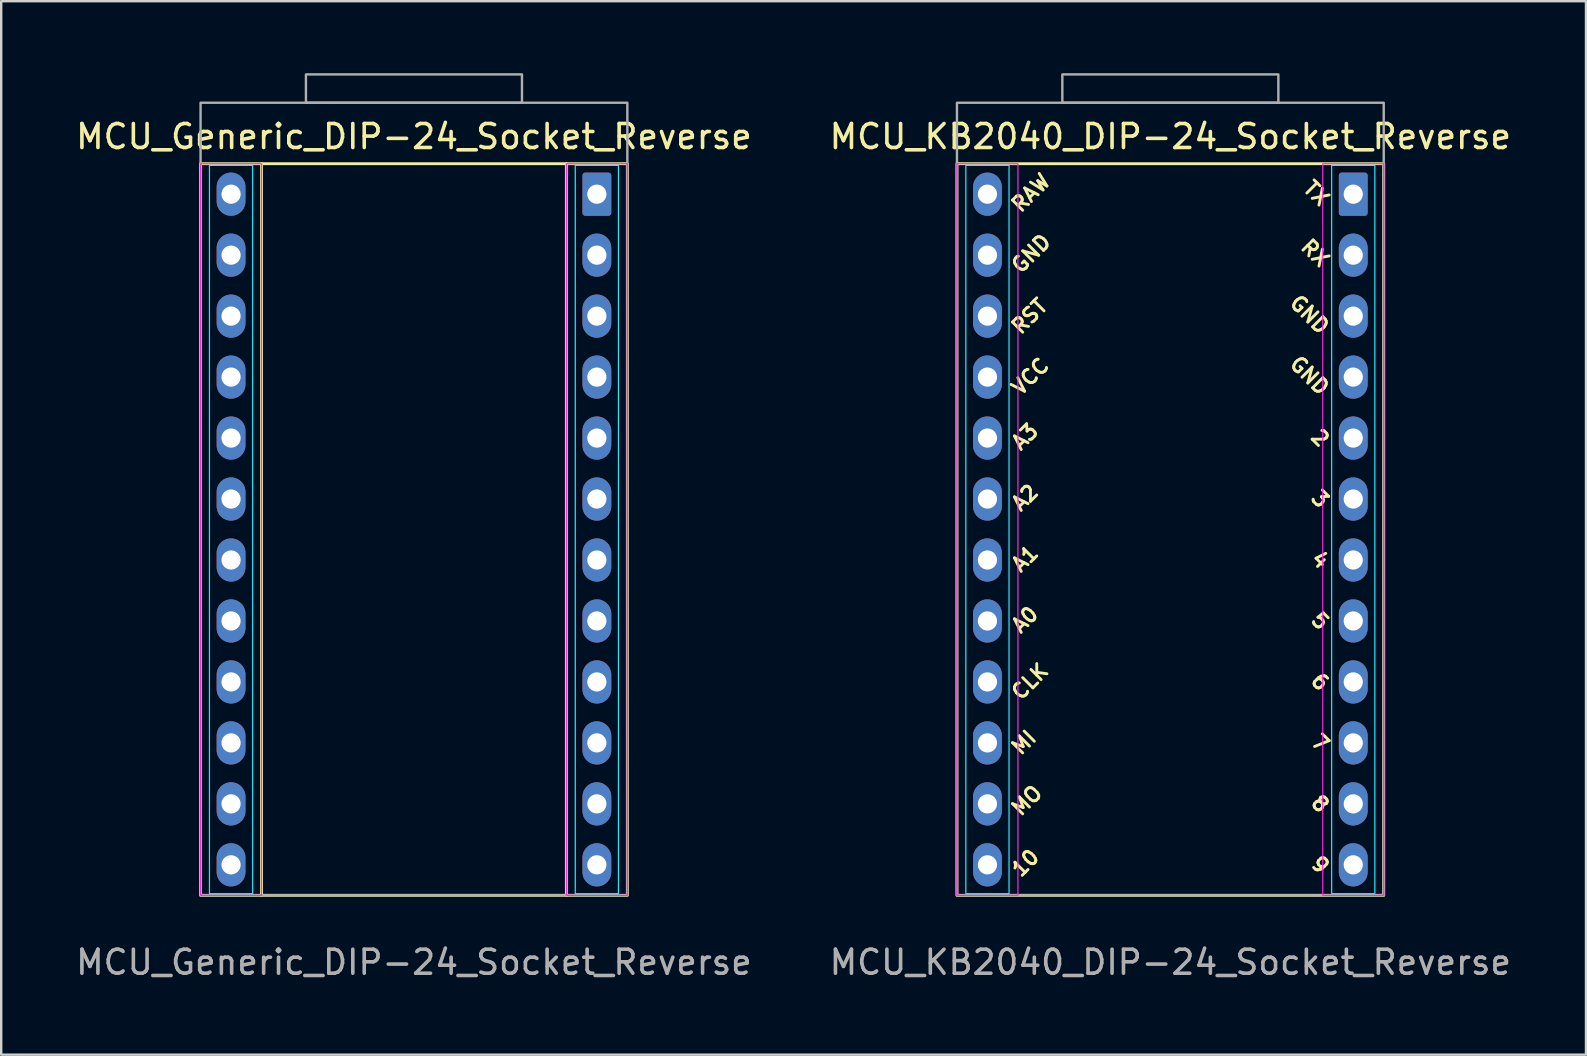
<source format=kicad_pcb>
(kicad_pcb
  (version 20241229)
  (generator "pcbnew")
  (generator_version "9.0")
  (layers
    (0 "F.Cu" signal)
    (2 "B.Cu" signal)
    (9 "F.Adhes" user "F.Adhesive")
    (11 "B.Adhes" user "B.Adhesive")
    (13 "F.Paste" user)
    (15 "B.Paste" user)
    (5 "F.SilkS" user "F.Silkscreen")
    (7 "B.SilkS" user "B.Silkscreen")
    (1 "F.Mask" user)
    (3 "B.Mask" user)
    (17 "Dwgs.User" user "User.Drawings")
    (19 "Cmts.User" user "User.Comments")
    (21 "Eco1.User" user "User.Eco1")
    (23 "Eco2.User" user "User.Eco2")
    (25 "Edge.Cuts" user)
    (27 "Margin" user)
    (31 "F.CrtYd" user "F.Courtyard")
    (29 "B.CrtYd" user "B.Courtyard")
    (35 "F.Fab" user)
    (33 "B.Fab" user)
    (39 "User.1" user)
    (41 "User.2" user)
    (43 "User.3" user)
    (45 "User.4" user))
  (footprint "MCU_KB2040_DIP-24_Socket_Reverse"
    (layer "F.Cu")
    (at 45.708 5.04)
    (property "Reference" "MCU_KB2040_DIP-24_Socket_Reverse" (at 0 -2.4 0) (layer "F.SilkS") (effects (font (size 1 1) (thickness 0.15))))
    (attr through_hole)
    (fp_rect (start -8.89 -1.27) (end 8.89 29.21) (stroke (width 0.12) (type default)) (fill no) (layer "F.SilkS"))
    (fp_rect (start -6.72 -1.2) (end -8.52 29.14) (stroke (width 0.05) (type default)) (fill no) (layer "B.CrtYd"))
    (fp_rect (start 6.72 -1.2) (end 8.52 29.14) (stroke (width 0.05) (type default)) (fill no) (layer "B.CrtYd"))
    (fp_rect (start -8.89 -1.27) (end -6.35 29.21) (stroke (width 0.05) (type default)) (fill no) (layer "F.CrtYd"))
    (fp_rect (start 6.35 -1.27) (end 8.89 29.21) (stroke (width 0.05) (type default)) (fill no) (layer "F.CrtYd"))
    (fp_rect (start -8.89 -3.81) (end 8.89 29.21) (stroke (width 0.1) (type default)) (fill no) (layer "F.Fab"))
    (fp_rect (start -4.5 -4.99) (end 4.5 -3.81) (stroke (width 0.1) (type default)) (fill no) (layer "F.Fab"))
    (fp_text user "RAW" (at -6.5 0.635 45) (unlocked yes) (layer "F.SilkS") (effects (font (size 0.6 0.6) (thickness 0.12)) (justify left)))
    (fp_text user "5" (at 6.5 18.034 315) (unlocked yes) (layer "F.SilkS") (effects (font (size 0.6 0.6) (thickness 0.12)) (justify right)))
    (fp_text user "4" (at 6.5 15.494 315) (unlocked yes) (layer "F.SilkS") (effects (font (size 0.6 0.6) (thickness 0.12)) (justify right)))
    (fp_text user "3" (at 6.5 12.954 315) (unlocked yes) (layer "F.SilkS") (effects (font (size 0.6 0.6) (thickness 0.12)) (justify right)))
    (fp_text user "9" (at 6.5 28.194 315) (unlocked yes) (layer "F.SilkS") (effects (font (size 0.6 0.6) (thickness 0.12)) (justify right)))
    (fp_text user "RST" (at -6.5 5.715 45) (unlocked yes) (layer "F.SilkS") (effects (font (size 0.6 0.6) (thickness 0.12)) (justify left)))
    (fp_text user "7" (at 6.5 23.114 315) (unlocked yes) (layer "F.SilkS") (effects (font (size 0.6 0.6) (thickness 0.12)) (justify right)))
    (fp_text user "TX" (at 6.5 0.381 315) (unlocked yes) (layer "F.SilkS") (effects (font (size 0.6 0.6) (thickness 0.12)) (justify right)))
    (fp_text user "A3" (at -6.5 10.541 45) (unlocked yes) (layer "F.SilkS") (effects (font (size 0.6 0.6) (thickness 0.12)) (justify left)))
    (fp_text user "8" (at 6.5 25.654 315) (unlocked yes) (layer "F.SilkS") (effects (font (size 0.6 0.6) (thickness 0.12)) (justify right)))
    (fp_text user "A2" (at -6.5 13.081 45) (unlocked yes) (layer "F.SilkS") (effects (font (size 0.6 0.6) (thickness 0.12)) (justify left)))
    (fp_text user "A1" (at -6.5 15.621 45) (unlocked yes) (layer "F.SilkS") (effects (font (size 0.6 0.6) (thickness 0.12)) (justify left)))
    (fp_text user "A0" (at -6.5 18.161 45) (unlocked yes) (layer "F.SilkS") (effects (font (size 0.6 0.6) (thickness 0.12)) (justify left)))
    (fp_text user "6" (at 6.5 20.574 315) (unlocked yes) (layer "F.SilkS") (effects (font (size 0.6 0.6) (thickness 0.12)) (justify right)))
    (fp_text user "GND" (at 6.5 8.255 315) (unlocked yes) (layer "F.SilkS") (effects (font (size 0.6 0.6) (thickness 0.12)) (justify right)))
    (fp_text user "2" (at 6.5 10.414 315) (unlocked yes) (layer "F.SilkS") (effects (font (size 0.6 0.6) (thickness 0.12)) (justify right)))
    (fp_text user "GND" (at -6.5 3.175 45) (unlocked yes) (layer "F.SilkS") (effects (font (size 0.6 0.6) (thickness 0.12)) (justify left)))
    (fp_text user "RX" (at 6.5 2.921 315) (unlocked yes) (layer "F.SilkS") (effects (font (size 0.6 0.6) (thickness 0.12)) (justify right)))
    (fp_text user "VCC" (at -6.5 8.255 45) (unlocked yes) (layer "F.SilkS") (effects (font (size 0.6 0.6) (thickness 0.12)) (justify left)))
    (fp_text user "MO" (at -6.5 25.781 45) (unlocked yes) (layer "F.SilkS") (effects (font (size 0.6 0.6) (thickness 0.12)) (justify left)))
    (fp_text user "10" (at -6.5 28.321 45) (unlocked yes) (layer "F.SilkS") (effects (font (size 0.6 0.6) (thickness 0.12)) (justify left)))
    (fp_text user "CLK" (at -6.5 20.955 45) (unlocked yes) (layer "F.SilkS") (effects (font (size 0.6 0.6) (thickness 0.12)) (justify left)))
    (fp_text user "MI" (at -6.5 23.241 45) (unlocked yes) (layer "F.SilkS") (effects (font (size 0.6 0.6) (thickness 0.12)) (justify left)))
    (fp_text user "GND" (at 6.5 5.715 315) (unlocked yes) (layer "F.SilkS") (effects (font (size 0.6 0.6) (thickness 0.12)) (justify right)))
    (fp_text user "${REFERENCE}" (at 0 32 0) (unlocked yes) (layer "F.Fab") (effects (font (size 1 1) (thickness 0.15))))
    (pad "1" thru_hole roundrect (at 7.62 0) (size 1.2 1.8) (drill 0.8) (layers "*.Cu" "*.Mask") (roundrect_rratio 0.1))
    (pad "2" thru_hole oval (at 7.62 2.54) (size 1.2 1.8) (drill 0.8) (layers "*.Cu" "*.Mask"))
    (pad "3" thru_hole oval (at 7.62 5.08) (size 1.2 1.8) (drill 0.8) (layers "*.Cu" "*.Mask"))
    (pad "4" thru_hole oval (at 7.62 7.62) (size 1.2 1.8) (drill 0.8) (layers "*.Cu" "*.Mask"))
    (pad "5" thru_hole oval (at 7.62 10.16) (size 1.2 1.8) (drill 0.8) (layers "*.Cu" "*.Mask"))
    (pad "6" thru_hole oval (at 7.62 12.7) (size 1.2 1.8) (drill 0.8) (layers "*.Cu" "*.Mask"))
    (pad "7" thru_hole oval (at 7.62 15.24) (size 1.2 1.8) (drill 0.8) (layers "*.Cu" "*.Mask"))
    (pad "8" thru_hole oval (at 7.62 17.78) (size 1.2 1.8) (drill 0.8) (layers "*.Cu" "*.Mask"))
    (pad "9" thru_hole oval (at 7.62 20.32) (size 1.2 1.8) (drill 0.8) (layers "*.Cu" "*.Mask"))
    (pad "10" thru_hole oval (at 7.62 22.86) (size 1.2 1.8) (drill 0.8) (layers "*.Cu" "*.Mask"))
    (pad "11" thru_hole oval (at 7.62 25.4) (size 1.2 1.8) (drill 0.8) (layers "*.Cu" "*.Mask"))
    (pad "12" thru_hole oval (at 7.62 27.94) (size 1.2 1.8) (drill 0.8) (layers "*.Cu" "*.Mask"))
    (pad "13" thru_hole oval (at -7.62 27.94) (size 1.2 1.8) (drill 0.8) (layers "*.Cu" "*.Mask"))
    (pad "14" thru_hole oval (at -7.62 25.4) (size 1.2 1.8) (drill 0.8) (layers "*.Cu" "*.Mask"))
    (pad "15" thru_hole oval (at -7.62 22.86) (size 1.2 1.8) (drill 0.8) (layers "*.Cu" "*.Mask"))
    (pad "16" thru_hole oval (at -7.62 20.32) (size 1.2 1.8) (drill 0.8) (layers "*.Cu" "*.Mask"))
    (pad "17" thru_hole oval (at -7.62 17.78) (size 1.2 1.8) (drill 0.8) (layers "*.Cu" "*.Mask"))
    (pad "18" thru_hole oval (at -7.62 15.24) (size 1.2 1.8) (drill 0.8) (layers "*.Cu" "*.Mask"))
    (pad "19" thru_hole oval (at -7.62 12.7) (size 1.2 1.8) (drill 0.8) (layers "*.Cu" "*.Mask"))
    (pad "20" thru_hole oval (at -7.62 10.16) (size 1.2 1.8) (drill 0.8) (layers "*.Cu" "*.Mask"))
    (pad "21" thru_hole oval (at -7.62 7.62) (size 1.2 1.8) (drill 0.8) (layers "*.Cu" "*.Mask"))
    (pad "22" thru_hole oval (at -7.62 5.08) (size 1.2 1.8) (drill 0.8) (layers "*.Cu" "*.Mask"))
    (pad "23" thru_hole oval (at -7.62 2.54) (size 1.2 1.8) (drill 0.8) (layers "*.Cu" "*.Mask"))
    (pad "24" thru_hole oval (at -7.62 0) (size 1.2 1.8) (drill 0.8) (layers "*.Cu" "*.Mask")))
  (footprint "MCU_Generic_DIP-24_Socket_Reverse"
    (layer "F.Cu")
    (at 14.196 5.04)
    (property "Reference" "MCU_Generic_DIP-24_Socket_Reverse" (at 0 -2.4 0) (layer "F.SilkS") (effects (font (size 1 1) (thickness 0.15))))
    (attr through_hole)
    (fp_line (start -6.35 -1.27) (end 6.35 -1.27) (stroke (width 0.12) (type default)) (layer "F.SilkS"))
    (fp_line (start -6.35 29.21) (end 6.35 29.21) (stroke (width 0.12) (type default)) (layer "F.SilkS"))
    (fp_rect (start -8.89 -1.27) (end -6.35 29.21) (stroke (width 0.12) (type default)) (fill no) (layer "F.SilkS"))
    (fp_rect (start 6.35 -1.27) (end 8.89 29.21) (stroke (width 0.12) (type default)) (fill no) (layer "F.SilkS"))
    (fp_rect (start -6.72 -1.2) (end -8.52 29.14) (stroke (width 0.05) (type default)) (fill no) (layer "B.CrtYd"))
    (fp_rect (start 6.72 -1.2) (end 8.52 29.14) (stroke (width 0.05) (type default)) (fill no) (layer "B.CrtYd"))
    (fp_rect (start -8.89 -1.27) (end -6.35 29.21) (stroke (width 0.05) (type default)) (fill no) (layer "F.CrtYd"))
    (fp_rect (start 6.35 -1.27) (end 8.89 29.21) (stroke (width 0.05) (type default)) (fill no) (layer "F.CrtYd"))
    (fp_rect (start -8.89 -3.81) (end 8.89 29.21) (stroke (width 0.1) (type default)) (fill no) (layer "F.Fab"))
    (fp_rect (start -4.5 -4.99) (end 4.5 -3.81) (stroke (width 0.1) (type default)) (fill no) (layer "F.Fab"))
    (fp_text user "${REFERENCE}" (at 0 32 0) (unlocked yes) (layer "F.Fab") (effects (font (size 1 1) (thickness 0.15))))
    (pad "1" thru_hole roundrect (at 7.62 0) (size 1.2 1.8) (drill 0.8) (layers "*.Cu" "*.Mask") (roundrect_rratio 0.1))
    (pad "2" thru_hole oval (at 7.62 2.54) (size 1.2 1.8) (drill 0.8) (layers "*.Cu" "*.Mask"))
    (pad "3" thru_hole oval (at 7.62 5.08) (size 1.2 1.8) (drill 0.8) (layers "*.Cu" "*.Mask"))
    (pad "4" thru_hole oval (at 7.62 7.62) (size 1.2 1.8) (drill 0.8) (layers "*.Cu" "*.Mask"))
    (pad "5" thru_hole oval (at 7.62 10.16) (size 1.2 1.8) (drill 0.8) (layers "*.Cu" "*.Mask"))
    (pad "6" thru_hole oval (at 7.62 12.7) (size 1.2 1.8) (drill 0.8) (layers "*.Cu" "*.Mask"))
    (pad "7" thru_hole oval (at 7.62 15.24) (size 1.2 1.8) (drill 0.8) (layers "*.Cu" "*.Mask"))
    (pad "8" thru_hole oval (at 7.62 17.78) (size 1.2 1.8) (drill 0.8) (layers "*.Cu" "*.Mask"))
    (pad "9" thru_hole oval (at 7.62 20.32) (size 1.2 1.8) (drill 0.8) (layers "*.Cu" "*.Mask"))
    (pad "10" thru_hole oval (at 7.62 22.86) (size 1.2 1.8) (drill 0.8) (layers "*.Cu" "*.Mask"))
    (pad "11" thru_hole oval (at 7.62 25.4) (size 1.2 1.8) (drill 0.8) (layers "*.Cu" "*.Mask"))
    (pad "12" thru_hole oval (at 7.62 27.94) (size 1.2 1.8) (drill 0.8) (layers "*.Cu" "*.Mask"))
    (pad "13" thru_hole oval (at -7.62 27.94) (size 1.2 1.8) (drill 0.8) (layers "*.Cu" "*.Mask"))
    (pad "14" thru_hole oval (at -7.62 25.4) (size 1.2 1.8) (drill 0.8) (layers "*.Cu" "*.Mask"))
    (pad "15" thru_hole oval (at -7.62 22.86) (size 1.2 1.8) (drill 0.8) (layers "*.Cu" "*.Mask"))
    (pad "16" thru_hole oval (at -7.62 20.32) (size 1.2 1.8) (drill 0.8) (layers "*.Cu" "*.Mask"))
    (pad "17" thru_hole oval (at -7.62 17.78) (size 1.2 1.8) (drill 0.8) (layers "*.Cu" "*.Mask"))
    (pad "18" thru_hole oval (at -7.62 15.24) (size 1.2 1.8) (drill 0.8) (layers "*.Cu" "*.Mask"))
    (pad "19" thru_hole oval (at -7.62 12.7) (size 1.2 1.8) (drill 0.8) (layers "*.Cu" "*.Mask"))
    (pad "20" thru_hole oval (at -7.62 10.16) (size 1.2 1.8) (drill 0.8) (layers "*.Cu" "*.Mask"))
    (pad "21" thru_hole oval (at -7.62 7.62) (size 1.2 1.8) (drill 0.8) (layers "*.Cu" "*.Mask"))
    (pad "22" thru_hole oval (at -7.62 5.08) (size 1.2 1.8) (drill 0.8) (layers "*.Cu" "*.Mask"))
    (pad "23" thru_hole oval (at -7.62 2.54) (size 1.2 1.8) (drill 0.8) (layers "*.Cu" "*.Mask"))
    (pad "24" thru_hole oval (at -7.62 0) (size 1.2 1.8) (drill 0.8) (layers "*.Cu" "*.Mask")))
  (gr_rect
    (start -3 -3)
    (end 63.024 40.888)
    (stroke (width 0.1) (type default))
    (fill no)
    (layer "Edge.Cuts")))
</source>
